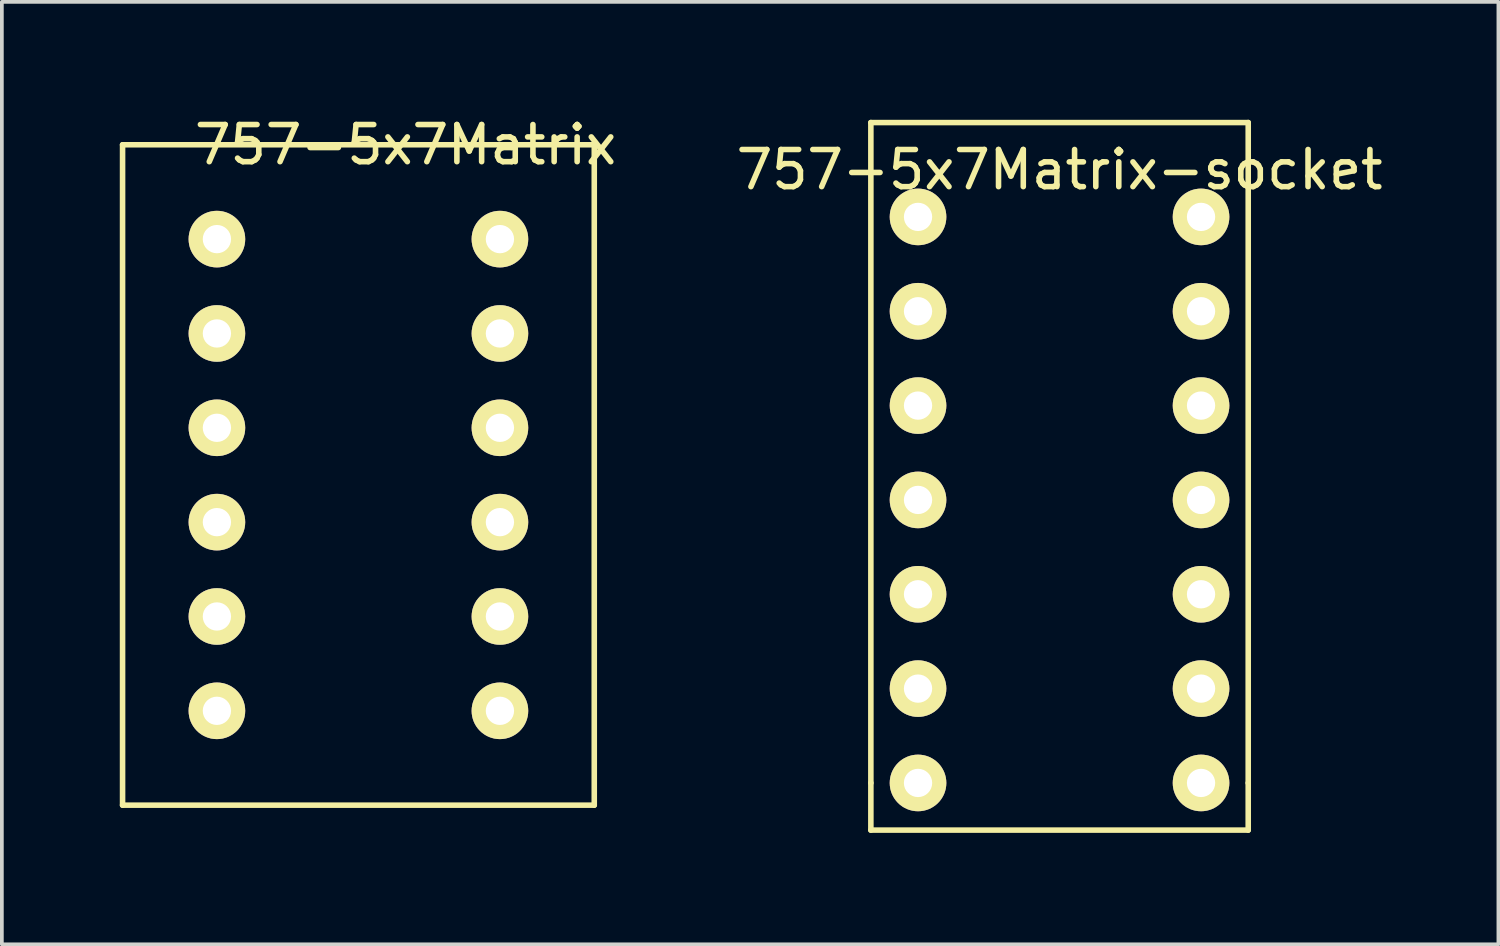
<source format=kicad_pcb>
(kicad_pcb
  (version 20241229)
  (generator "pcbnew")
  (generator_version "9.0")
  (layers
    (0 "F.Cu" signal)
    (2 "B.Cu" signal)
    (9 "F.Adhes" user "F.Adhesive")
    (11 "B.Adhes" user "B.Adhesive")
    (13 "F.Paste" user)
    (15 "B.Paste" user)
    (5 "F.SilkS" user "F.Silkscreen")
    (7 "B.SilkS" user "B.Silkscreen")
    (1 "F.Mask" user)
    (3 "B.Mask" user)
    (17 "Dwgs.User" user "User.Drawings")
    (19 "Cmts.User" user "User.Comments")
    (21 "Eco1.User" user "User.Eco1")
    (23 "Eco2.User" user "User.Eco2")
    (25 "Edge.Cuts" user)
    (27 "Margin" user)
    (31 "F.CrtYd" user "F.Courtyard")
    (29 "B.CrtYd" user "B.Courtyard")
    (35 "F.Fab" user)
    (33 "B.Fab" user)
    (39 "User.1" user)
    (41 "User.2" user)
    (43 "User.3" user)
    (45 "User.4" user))
  (footprint "757-5x7Matrix-socket"
    (layer "F.Cu")
    (at 20.397 0.25)
    (property "Reference" "757-5x7Matrix-socket" (at 5.08 1.27 0) (layer "F.SilkS") (effects (font (size 1 1) (thickness 0.15))))
    (attr through_hole)
    (fp_line (start 0 0) (end 10.16 0) (stroke (width 0.15) (type solid)) (layer "F.SilkS"))
    (fp_line (start 0 17.78) (end 0 0) (stroke (width 0.15) (type solid)) (layer "F.SilkS"))
    (fp_line (start 0 17.78) (end 0 19.05) (stroke (width 0.15) (type solid)) (layer "F.SilkS"))
    (fp_line (start 10.16 0) (end 10.16 17.78) (stroke (width 0.15) (type solid)) (layer "F.SilkS"))
    (fp_line (start 10.16 17.78) (end 10.16 19.05) (stroke (width 0.15) (type solid)) (layer "F.SilkS"))
    (fp_line (start 10.16 19.05) (end 0 19.05) (stroke (width 0.15) (type solid)) (layer "F.SilkS"))
    (pad "1" thru_hole circle (at 1.27 2.54) (size 1.524 1.524) (drill 0.762) (layers "*.Cu" "*.Mask" "F.SilkS"))
    (pad "2" thru_hole circle (at 1.27 5.08) (size 1.524 1.524) (drill 0.762) (layers "*.Cu" "*.Mask" "F.SilkS"))
    (pad "3" thru_hole circle (at 1.27 7.62) (size 1.524 1.524) (drill 0.762) (layers "*.Cu" "*.Mask" "F.SilkS"))
    (pad "4" thru_hole circle (at 1.27 10.16) (size 1.524 1.524) (drill 0.762) (layers "*.Cu" "*.Mask" "F.SilkS"))
    (pad "5" thru_hole circle (at 1.27 12.7) (size 1.524 1.524) (drill 0.762) (layers "*.Cu" "*.Mask" "F.SilkS"))
    (pad "6" thru_hole circle (at 1.27 15.24) (size 1.524 1.524) (drill 0.762) (layers "*.Cu" "*.Mask" "F.SilkS"))
    (pad "7" thru_hole circle (at 8.89 15.24) (size 1.524 1.524) (drill 0.762) (layers "*.Cu" "*.Mask" "F.SilkS"))
    (pad "8" thru_hole circle (at 8.89 12.7) (size 1.524 1.524) (drill 0.762) (layers "*.Cu" "*.Mask" "F.SilkS"))
    (pad "9" thru_hole circle (at 8.89 10.16) (size 1.524 1.524) (drill 0.762) (layers "*.Cu" "*.Mask" "F.SilkS"))
    (pad "10" thru_hole circle (at 8.89 7.62) (size 1.524 1.524) (drill 0.762) (layers "*.Cu" "*.Mask" "F.SilkS"))
    (pad "11" thru_hole circle (at 8.89 5.08) (size 1.524 1.524) (drill 0.762) (layers "*.Cu" "*.Mask" "F.SilkS"))
    (pad "12" thru_hole circle (at 8.89 2.54) (size 1.524 1.524) (drill 0.762) (layers "*.Cu" "*.Mask" "F.SilkS"))
    (pad "13" thru_hole circle (at 1.27 17.78) (size 1.524 1.524) (drill 0.762) (layers "*.Cu" "*.Mask" "F.SilkS"))
    (pad "14" thru_hole circle (at 8.89 17.78) (size 1.524 1.524) (drill 0.762) (layers "*.Cu" "*.Mask" "F.SilkS")))
  (footprint "757-5x7Matrix"
    (layer "F.Cu")
    (at 0.25 0.848)
    (property "Reference" "757-5x7Matrix" (at 7.62 0 0) (layer "F.SilkS") (effects (font (size 1 1) (thickness 0.15))))
    (attr through_hole)
    (fp_line (start 0 0) (end 12.7 0) (stroke (width 0.15) (type solid)) (layer "F.SilkS"))
    (fp_line (start 0 17.78) (end 0 0) (stroke (width 0.15) (type solid)) (layer "F.SilkS"))
    (fp_line (start 0 17.78) (end 12.7 17.78) (stroke (width 0.15) (type solid)) (layer "F.SilkS"))
    (fp_line (start 12.7 0) (end 12.7 17.78) (stroke (width 0.15) (type solid)) (layer "F.SilkS"))
    (pad "1" thru_hole circle (at 2.54 2.54) (size 1.524 1.524) (drill 0.762) (layers "*.Cu" "*.Mask" "F.SilkS"))
    (pad "2" thru_hole circle (at 2.54 5.08) (size 1.524 1.524) (drill 0.762) (layers "*.Cu" "*.Mask" "F.SilkS"))
    (pad "3" thru_hole circle (at 2.54 7.62) (size 1.524 1.524) (drill 0.762) (layers "*.Cu" "*.Mask" "F.SilkS"))
    (pad "4" thru_hole circle (at 2.54 10.16) (size 1.524 1.524) (drill 0.762) (layers "*.Cu" "*.Mask" "F.SilkS"))
    (pad "5" thru_hole circle (at 2.54 12.7) (size 1.524 1.524) (drill 0.762) (layers "*.Cu" "*.Mask" "F.SilkS"))
    (pad "6" thru_hole circle (at 2.54 15.24) (size 1.524 1.524) (drill 0.762) (layers "*.Cu" "*.Mask" "F.SilkS"))
    (pad "7" thru_hole circle (at 10.16 15.24) (size 1.524 1.524) (drill 0.762) (layers "*.Cu" "*.Mask" "F.SilkS"))
    (pad "8" thru_hole circle (at 10.16 12.7) (size 1.524 1.524) (drill 0.762) (layers "*.Cu" "*.Mask" "F.SilkS"))
    (pad "9" thru_hole circle (at 10.16 10.16) (size 1.524 1.524) (drill 0.762) (layers "*.Cu" "*.Mask" "F.SilkS"))
    (pad "10" thru_hole circle (at 10.16 7.62) (size 1.524 1.524) (drill 0.762) (layers "*.Cu" "*.Mask" "F.SilkS"))
    (pad "11" thru_hole circle (at 10.16 5.08) (size 1.524 1.524) (drill 0.762) (layers "*.Cu" "*.Mask" "F.SilkS"))
    (pad "12" thru_hole circle (at 10.16 2.54) (size 1.524 1.524) (drill 0.762) (layers "*.Cu" "*.Mask" "F.SilkS")))
  (gr_rect
    (start -3 -3)
    (end 37.293 22.375)
    (stroke (width 0.1) (type default))
    (fill no)
    (layer "Edge.Cuts")))
</source>
